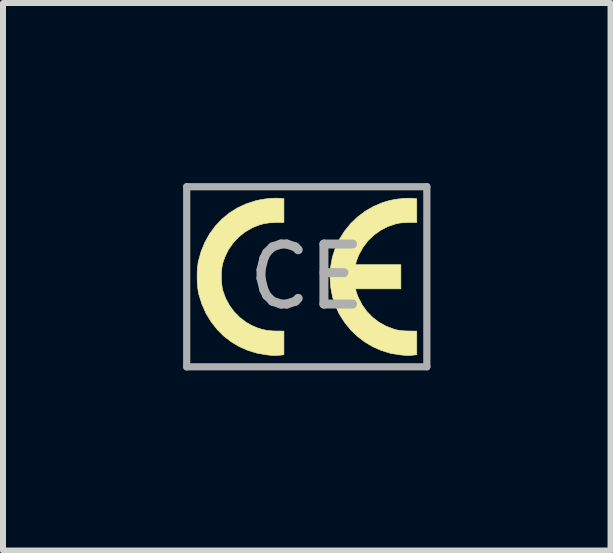
<source format=kicad_pcb>
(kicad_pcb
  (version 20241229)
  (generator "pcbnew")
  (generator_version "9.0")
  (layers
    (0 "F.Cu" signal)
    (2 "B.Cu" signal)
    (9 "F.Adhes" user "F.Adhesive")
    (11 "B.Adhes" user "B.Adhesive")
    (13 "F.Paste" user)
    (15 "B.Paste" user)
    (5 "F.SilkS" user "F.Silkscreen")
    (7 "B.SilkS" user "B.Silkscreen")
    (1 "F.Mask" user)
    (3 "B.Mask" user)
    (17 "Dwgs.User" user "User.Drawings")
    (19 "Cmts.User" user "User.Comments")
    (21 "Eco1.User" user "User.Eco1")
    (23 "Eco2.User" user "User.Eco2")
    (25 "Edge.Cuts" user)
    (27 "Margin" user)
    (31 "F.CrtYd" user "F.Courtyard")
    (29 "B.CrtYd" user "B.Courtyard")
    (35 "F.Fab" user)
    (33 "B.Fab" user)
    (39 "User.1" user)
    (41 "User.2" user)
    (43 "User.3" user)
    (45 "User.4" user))
  (footprint "CE"
    (layer "F.Cu")
    (at 2.06 1.56)
    (property "Reference" "CE" (at 0 0 0) (layer "Eco2.User") (effects (font (size 1.524 1.524) (thickness 0.3))))
    (attr through_hole)
    (fp_poly (pts (xy -0.454 -1.307) (xy -0.454 -1.307) (xy -0.381 -1.3) (xy -0.381 -1.102) (xy -0.381 -0.905) (xy -0.516 -0.904) (xy -0.618 -0.899) (xy -0.707 -0.886) (xy -0.792 -0.863) (xy -0.879 -0.829) (xy -0.916 -0.812) (xy -1.032 -0.744) (xy -1.137 -0.659) (xy -1.229 -0.56) (xy -1.306 -0.449) (xy -1.365 -0.327) (xy -1.4 -0.225) (xy -1.414 -0.152) (xy -1.422 -0.066) (xy -1.423 0.025) (xy -1.418 0.114) (xy -1.407 0.194) (xy -1.4 0.225) (xy -1.354 0.354) (xy -1.29 0.474) (xy -1.21 0.583) (xy -1.115 0.679) (xy -1.008 0.76) (xy -0.916 0.812) (xy -0.825 0.851) (xy -0.741 0.878) (xy -0.654 0.895) (xy -0.558 0.903) (xy -0.516 0.904) (xy -0.381 0.905) (xy -0.381 1.102) (xy -0.381 1.299) (xy -0.446 1.306) (xy -0.485 1.31) (xy -0.519 1.311) (xy -0.555 1.311) (xy -0.597 1.308) (xy -0.654 1.302) (xy -0.662 1.301) (xy -0.825 1.274) (xy -0.98 1.227) (xy -1.126 1.163) (xy -1.261 1.082) (xy -1.386 0.985) (xy -1.497 0.873) (xy -1.595 0.747) (xy -1.679 0.609) (xy -1.746 0.459) (xy -1.796 0.299) (xy -1.806 0.254) (xy -1.817 0.185) (xy -1.824 0.102) (xy -1.826 0.011) (xy -1.825 -0.08) (xy -1.819 -0.166) (xy -1.809 -0.239) (xy -1.806 -0.254) (xy -1.761 -0.418) (xy -1.698 -0.571) (xy -1.619 -0.714) (xy -1.524 -0.843) (xy -1.415 -0.959) (xy -1.292 -1.06) (xy -1.157 -1.146) (xy -1.011 -1.214) (xy -0.854 -1.265) (xy -0.851 -1.266) (xy -0.77 -1.283) (xy -0.684 -1.297) (xy -0.598 -1.306) (xy -0.519 -1.309) (xy -0.454 -1.307)) (stroke (width 0.01) (type solid)) (fill yes) (layer "F.SilkS"))
    (fp_poly (pts (xy 1.748 -1.308) (xy 1.763 -1.306) (xy 1.832 -1.299) (xy 1.832 -1.102) (xy 1.832 -0.905) (xy 1.697 -0.904) (xy 1.62 -0.901) (xy 1.558 -0.896) (xy 1.503 -0.886) (xy 1.477 -0.88) (xy 1.346 -0.835) (xy 1.225 -0.771) (xy 1.115 -0.692) (xy 1.018 -0.598) (xy 0.936 -0.49) (xy 0.87 -0.371) (xy 0.858 -0.344) (xy 0.842 -0.302) (xy 0.828 -0.264) (xy 0.82 -0.236) (xy 0.819 -0.233) (xy 0.813 -0.201) (xy 1.567 -0.201) (xy 1.567 0.201) (xy 0.813 0.201) (xy 0.819 0.233) (xy 0.826 0.258) (xy 0.839 0.295) (xy 0.855 0.337) (xy 0.858 0.344) (xy 0.92 0.465) (xy 0.999 0.576) (xy 1.093 0.673) (xy 1.2 0.756) (xy 1.319 0.822) (xy 1.448 0.872) (xy 1.477 0.88) (xy 1.531 0.892) (xy 1.588 0.899) (xy 1.657 0.903) (xy 1.697 0.904) (xy 1.832 0.905) (xy 1.832 1.102) (xy 1.832 1.299) (xy 1.767 1.306) (xy 1.733 1.309) (xy 1.705 1.311) (xy 1.677 1.311) (xy 1.643 1.309) (xy 1.598 1.305) (xy 1.556 1.301) (xy 1.399 1.276) (xy 1.247 1.23) (xy 1.103 1.167) (xy 0.967 1.087) (xy 0.842 0.992) (xy 0.729 0.882) (xy 0.63 0.76) (xy 0.545 0.627) (xy 0.477 0.483) (xy 0.428 0.331) (xy 0.428 0.33) (xy 0.398 0.17) (xy 0.387 0.006) (xy 0.396 -0.158) (xy 0.425 -0.318) (xy 0.428 -0.33) (xy 0.477 -0.483) (xy 0.545 -0.627) (xy 0.631 -0.762) (xy 0.731 -0.885) (xy 0.846 -0.995) (xy 0.973 -1.091) (xy 1.111 -1.171) (xy 1.258 -1.234) (xy 1.364 -1.266) (xy 1.439 -1.282) (xy 1.521 -1.295) (xy 1.604 -1.304) (xy 1.682 -1.308) (xy 1.748 -1.308)) (stroke (width 0.01) (type solid)) (fill yes) (layer "F.SilkS"))
    (fp_line (start -2 -1.5) (end -2 1.5) (stroke (width 0.12) (type solid)) (layer "F.Fab"))
    (fp_line (start -2 1.5) (end 2 1.5) (stroke (width 0.12) (type solid)) (layer "F.Fab"))
    (fp_line (start 2 -1.5) (end -2 -1.5) (stroke (width 0.12) (type solid)) (layer "F.Fab"))
    (fp_line (start 2 1.5) (end 2 -1.5) (stroke (width 0.12) (type solid)) (layer "F.Fab"))
    (fp_text user "CE" (at 0 0 0) (layer "F.Fab") (effects (font (size 1 1) (thickness 0.15)))))
  (gr_rect
    (start -3 -3)
    (end 7.12 6.12)
    (stroke (width 0.1) (type default))
    (fill no)
    (layer "Edge.Cuts")))
</source>
